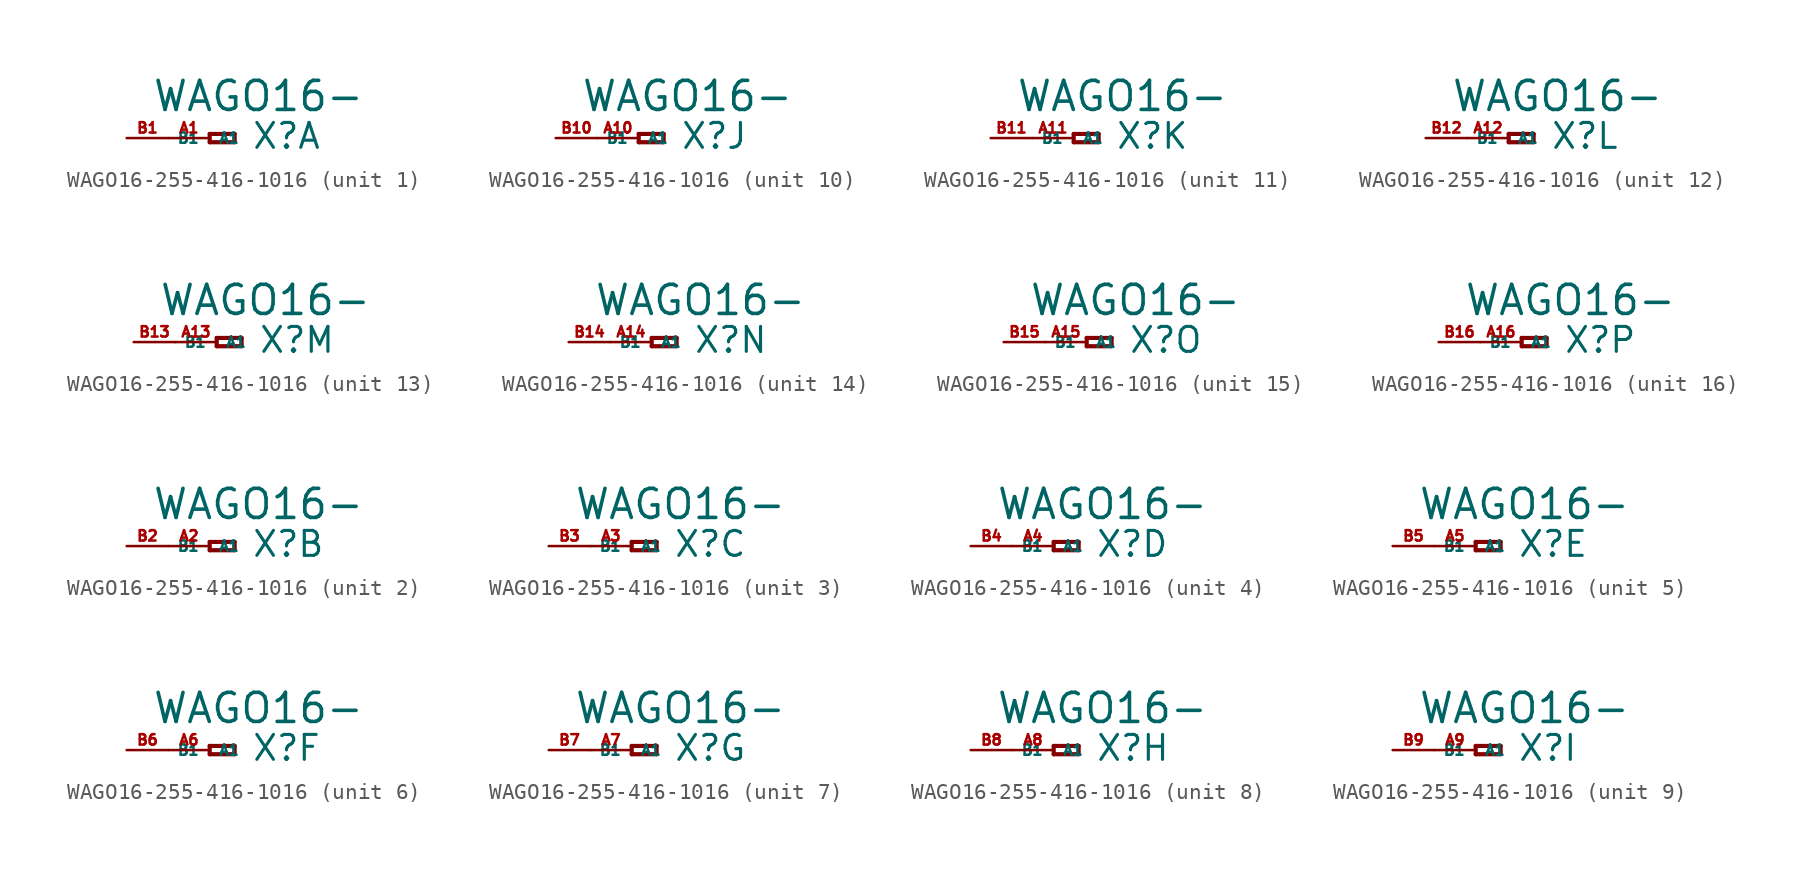
<source format=kicad_sym>
(kicad_symbol_lib
  (version 20220914)
  (generator Eagle2Kicad)
  (symbol "WAGO16-255-416-1016"
    (property "Reference" "X"
      (at 2.54 -0.762 0)
      (effects (font (size 1.524 1.524) (thickness 0.19)) (justify left bottom)))
    (property "Value" "WAGO16-"
      (at -3.556 1.524 0)
      (effects (font (size 1.778 1.778) (thickness 0.22)) (justify left bottom)))
    (symbol "WAGO16-255-416-1016_1_0"
      (polyline (pts (xy 0 0.254) (xy 0 -0.254)) (stroke (width 0.254) (type default)) (fill (type none)))
      (polyline (pts (xy 0 -0.254) (xy 1.524 -0.254)) (stroke (width 0.254) (type default)) (fill (type none)))
      (polyline (pts (xy 1.524 -0.254) (xy 1.524 0.254)) (stroke (width 0.254) (type default)) (fill (type none)))
      (polyline (pts (xy 1.524 0.254) (xy 0 0.254)) (stroke (width 0.254) (type default)) (fill (type none)))
      (pin passive line (at -2.54 0 0) (length 2.54) (name "A1" (effects (font (size 0.635 0.635) (thickness 0.08)) (justify left bottom))) (number "A1" (effects (font (size 0.635 0.635) (thickness 0.08)) (justify left bottom))))
      (pin passive line (at -5.08 0 0) (length 2.54) (name "B1" (effects (font (size 0.635 0.635) (thickness 0.08)) (justify left bottom))) (number "B1" (effects (font (size 0.635 0.635) (thickness 0.08)) (justify left bottom)))))
    (symbol "WAGO16-255-416-1016_2_0"
      (polyline (pts (xy 0 0.254) (xy 0 -0.254)) (stroke (width 0.254) (type default)) (fill (type none)))
      (polyline (pts (xy 0 -0.254) (xy 1.524 -0.254)) (stroke (width 0.254) (type default)) (fill (type none)))
      (polyline (pts (xy 1.524 -0.254) (xy 1.524 0.254)) (stroke (width 0.254) (type default)) (fill (type none)))
      (polyline (pts (xy 1.524 0.254) (xy 0 0.254)) (stroke (width 0.254) (type default)) (fill (type none)))
      (pin passive line (at -2.54 0 0) (length 2.54) (name "A1" (effects (font (size 0.635 0.635) (thickness 0.08)) (justify left bottom))) (number "A2" (effects (font (size 0.635 0.635) (thickness 0.08)) (justify left bottom))))
      (pin passive line (at -5.08 0 0) (length 2.54) (name "B1" (effects (font (size 0.635 0.635) (thickness 0.08)) (justify left bottom))) (number "B2" (effects (font (size 0.635 0.635) (thickness 0.08)) (justify left bottom)))))
    (symbol "WAGO16-255-416-1016_3_0"
      (polyline (pts (xy 0 0.254) (xy 0 -0.254)) (stroke (width 0.254) (type default)) (fill (type none)))
      (polyline (pts (xy 0 -0.254) (xy 1.524 -0.254)) (stroke (width 0.254) (type default)) (fill (type none)))
      (polyline (pts (xy 1.524 -0.254) (xy 1.524 0.254)) (stroke (width 0.254) (type default)) (fill (type none)))
      (polyline (pts (xy 1.524 0.254) (xy 0 0.254)) (stroke (width 0.254) (type default)) (fill (type none)))
      (pin passive line (at -2.54 0 0) (length 2.54) (name "A1" (effects (font (size 0.635 0.635) (thickness 0.08)) (justify left bottom))) (number "A3" (effects (font (size 0.635 0.635) (thickness 0.08)) (justify left bottom))))
      (pin passive line (at -5.08 0 0) (length 2.54) (name "B1" (effects (font (size 0.635 0.635) (thickness 0.08)) (justify left bottom))) (number "B3" (effects (font (size 0.635 0.635) (thickness 0.08)) (justify left bottom)))))
    (symbol "WAGO16-255-416-1016_4_0"
      (polyline (pts (xy 0 0.254) (xy 0 -0.254)) (stroke (width 0.254) (type default)) (fill (type none)))
      (polyline (pts (xy 0 -0.254) (xy 1.524 -0.254)) (stroke (width 0.254) (type default)) (fill (type none)))
      (polyline (pts (xy 1.524 -0.254) (xy 1.524 0.254)) (stroke (width 0.254) (type default)) (fill (type none)))
      (polyline (pts (xy 1.524 0.254) (xy 0 0.254)) (stroke (width 0.254) (type default)) (fill (type none)))
      (pin passive line (at -2.54 0 0) (length 2.54) (name "A1" (effects (font (size 0.635 0.635) (thickness 0.08)) (justify left bottom))) (number "A4" (effects (font (size 0.635 0.635) (thickness 0.08)) (justify left bottom))))
      (pin passive line (at -5.08 0 0) (length 2.54) (name "B1" (effects (font (size 0.635 0.635) (thickness 0.08)) (justify left bottom))) (number "B4" (effects (font (size 0.635 0.635) (thickness 0.08)) (justify left bottom)))))
    (symbol "WAGO16-255-416-1016_5_0"
      (polyline (pts (xy 0 0.254) (xy 0 -0.254)) (stroke (width 0.254) (type default)) (fill (type none)))
      (polyline (pts (xy 0 -0.254) (xy 1.524 -0.254)) (stroke (width 0.254) (type default)) (fill (type none)))
      (polyline (pts (xy 1.524 -0.254) (xy 1.524 0.254)) (stroke (width 0.254) (type default)) (fill (type none)))
      (polyline (pts (xy 1.524 0.254) (xy 0 0.254)) (stroke (width 0.254) (type default)) (fill (type none)))
      (pin passive line (at -2.54 0 0) (length 2.54) (name "A1" (effects (font (size 0.635 0.635) (thickness 0.08)) (justify left bottom))) (number "A5" (effects (font (size 0.635 0.635) (thickness 0.08)) (justify left bottom))))
      (pin passive line (at -5.08 0 0) (length 2.54) (name "B1" (effects (font (size 0.635 0.635) (thickness 0.08)) (justify left bottom))) (number "B5" (effects (font (size 0.635 0.635) (thickness 0.08)) (justify left bottom)))))
    (symbol "WAGO16-255-416-1016_6_0"
      (polyline (pts (xy 0 0.254) (xy 0 -0.254)) (stroke (width 0.254) (type default)) (fill (type none)))
      (polyline (pts (xy 0 -0.254) (xy 1.524 -0.254)) (stroke (width 0.254) (type default)) (fill (type none)))
      (polyline (pts (xy 1.524 -0.254) (xy 1.524 0.254)) (stroke (width 0.254) (type default)) (fill (type none)))
      (polyline (pts (xy 1.524 0.254) (xy 0 0.254)) (stroke (width 0.254) (type default)) (fill (type none)))
      (pin passive line (at -2.54 0 0) (length 2.54) (name "A1" (effects (font (size 0.635 0.635) (thickness 0.08)) (justify left bottom))) (number "A6" (effects (font (size 0.635 0.635) (thickness 0.08)) (justify left bottom))))
      (pin passive line (at -5.08 0 0) (length 2.54) (name "B1" (effects (font (size 0.635 0.635) (thickness 0.08)) (justify left bottom))) (number "B6" (effects (font (size 0.635 0.635) (thickness 0.08)) (justify left bottom)))))
    (symbol "WAGO16-255-416-1016_7_0"
      (polyline (pts (xy 0 0.254) (xy 0 -0.254)) (stroke (width 0.254) (type default)) (fill (type none)))
      (polyline (pts (xy 0 -0.254) (xy 1.524 -0.254)) (stroke (width 0.254) (type default)) (fill (type none)))
      (polyline (pts (xy 1.524 -0.254) (xy 1.524 0.254)) (stroke (width 0.254) (type default)) (fill (type none)))
      (polyline (pts (xy 1.524 0.254) (xy 0 0.254)) (stroke (width 0.254) (type default)) (fill (type none)))
      (pin passive line (at -2.54 0 0) (length 2.54) (name "A1" (effects (font (size 0.635 0.635) (thickness 0.08)) (justify left bottom))) (number "A7" (effects (font (size 0.635 0.635) (thickness 0.08)) (justify left bottom))))
      (pin passive line (at -5.08 0 0) (length 2.54) (name "B1" (effects (font (size 0.635 0.635) (thickness 0.08)) (justify left bottom))) (number "B7" (effects (font (size 0.635 0.635) (thickness 0.08)) (justify left bottom)))))
    (symbol "WAGO16-255-416-1016_8_0"
      (polyline (pts (xy 0 0.254) (xy 0 -0.254)) (stroke (width 0.254) (type default)) (fill (type none)))
      (polyline (pts (xy 0 -0.254) (xy 1.524 -0.254)) (stroke (width 0.254) (type default)) (fill (type none)))
      (polyline (pts (xy 1.524 -0.254) (xy 1.524 0.254)) (stroke (width 0.254) (type default)) (fill (type none)))
      (polyline (pts (xy 1.524 0.254) (xy 0 0.254)) (stroke (width 0.254) (type default)) (fill (type none)))
      (pin passive line (at -2.54 0 0) (length 2.54) (name "A1" (effects (font (size 0.635 0.635) (thickness 0.08)) (justify left bottom))) (number "A8" (effects (font (size 0.635 0.635) (thickness 0.08)) (justify left bottom))))
      (pin passive line (at -5.08 0 0) (length 2.54) (name "B1" (effects (font (size 0.635 0.635) (thickness 0.08)) (justify left bottom))) (number "B8" (effects (font (size 0.635 0.635) (thickness 0.08)) (justify left bottom)))))
    (symbol "WAGO16-255-416-1016_9_0"
      (polyline (pts (xy 0 0.254) (xy 0 -0.254)) (stroke (width 0.254) (type default)) (fill (type none)))
      (polyline (pts (xy 0 -0.254) (xy 1.524 -0.254)) (stroke (width 0.254) (type default)) (fill (type none)))
      (polyline (pts (xy 1.524 -0.254) (xy 1.524 0.254)) (stroke (width 0.254) (type default)) (fill (type none)))
      (polyline (pts (xy 1.524 0.254) (xy 0 0.254)) (stroke (width 0.254) (type default)) (fill (type none)))
      (pin passive line (at -2.54 0 0) (length 2.54) (name "A1" (effects (font (size 0.635 0.635) (thickness 0.08)) (justify left bottom))) (number "A9" (effects (font (size 0.635 0.635) (thickness 0.08)) (justify left bottom))))
      (pin passive line (at -5.08 0 0) (length 2.54) (name "B1" (effects (font (size 0.635 0.635) (thickness 0.08)) (justify left bottom))) (number "B9" (effects (font (size 0.635 0.635) (thickness 0.08)) (justify left bottom)))))
    (symbol "WAGO16-255-416-1016_10_0"
      (polyline (pts (xy 0 0.254) (xy 0 -0.254)) (stroke (width 0.254) (type default)) (fill (type none)))
      (polyline (pts (xy 0 -0.254) (xy 1.524 -0.254)) (stroke (width 0.254) (type default)) (fill (type none)))
      (polyline (pts (xy 1.524 -0.254) (xy 1.524 0.254)) (stroke (width 0.254) (type default)) (fill (type none)))
      (polyline (pts (xy 1.524 0.254) (xy 0 0.254)) (stroke (width 0.254) (type default)) (fill (type none)))
      (pin passive line (at -2.54 0 0) (length 2.54) (name "A1" (effects (font (size 0.635 0.635) (thickness 0.08)) (justify left bottom))) (number "A10" (effects (font (size 0.635 0.635) (thickness 0.08)) (justify left bottom))))
      (pin passive line (at -5.08 0 0) (length 2.54) (name "B1" (effects (font (size 0.635 0.635) (thickness 0.08)) (justify left bottom))) (number "B10" (effects (font (size 0.635 0.635) (thickness 0.08)) (justify left bottom)))))
    (symbol "WAGO16-255-416-1016_11_0"
      (polyline (pts (xy 0 0.254) (xy 0 -0.254)) (stroke (width 0.254) (type default)) (fill (type none)))
      (polyline (pts (xy 0 -0.254) (xy 1.524 -0.254)) (stroke (width 0.254) (type default)) (fill (type none)))
      (polyline (pts (xy 1.524 -0.254) (xy 1.524 0.254)) (stroke (width 0.254) (type default)) (fill (type none)))
      (polyline (pts (xy 1.524 0.254) (xy 0 0.254)) (stroke (width 0.254) (type default)) (fill (type none)))
      (pin passive line (at -2.54 0 0) (length 2.54) (name "A1" (effects (font (size 0.635 0.635) (thickness 0.08)) (justify left bottom))) (number "A11" (effects (font (size 0.635 0.635) (thickness 0.08)) (justify left bottom))))
      (pin passive line (at -5.08 0 0) (length 2.54) (name "B1" (effects (font (size 0.635 0.635) (thickness 0.08)) (justify left bottom))) (number "B11" (effects (font (size 0.635 0.635) (thickness 0.08)) (justify left bottom)))))
    (symbol "WAGO16-255-416-1016_12_0"
      (polyline (pts (xy 0 0.254) (xy 0 -0.254)) (stroke (width 0.254) (type default)) (fill (type none)))
      (polyline (pts (xy 0 -0.254) (xy 1.524 -0.254)) (stroke (width 0.254) (type default)) (fill (type none)))
      (polyline (pts (xy 1.524 -0.254) (xy 1.524 0.254)) (stroke (width 0.254) (type default)) (fill (type none)))
      (polyline (pts (xy 1.524 0.254) (xy 0 0.254)) (stroke (width 0.254) (type default)) (fill (type none)))
      (pin passive line (at -2.54 0 0) (length 2.54) (name "A1" (effects (font (size 0.635 0.635) (thickness 0.08)) (justify left bottom))) (number "A12" (effects (font (size 0.635 0.635) (thickness 0.08)) (justify left bottom))))
      (pin passive line (at -5.08 0 0) (length 2.54) (name "B1" (effects (font (size 0.635 0.635) (thickness 0.08)) (justify left bottom))) (number "B12" (effects (font (size 0.635 0.635) (thickness 0.08)) (justify left bottom)))))
    (symbol "WAGO16-255-416-1016_13_0"
      (polyline (pts (xy 0 0.254) (xy 0 -0.254)) (stroke (width 0.254) (type default)) (fill (type none)))
      (polyline (pts (xy 0 -0.254) (xy 1.524 -0.254)) (stroke (width 0.254) (type default)) (fill (type none)))
      (polyline (pts (xy 1.524 -0.254) (xy 1.524 0.254)) (stroke (width 0.254) (type default)) (fill (type none)))
      (polyline (pts (xy 1.524 0.254) (xy 0 0.254)) (stroke (width 0.254) (type default)) (fill (type none)))
      (pin passive line (at -2.54 0 0) (length 2.54) (name "A1" (effects (font (size 0.635 0.635) (thickness 0.08)) (justify left bottom))) (number "A13" (effects (font (size 0.635 0.635) (thickness 0.08)) (justify left bottom))))
      (pin passive line (at -5.08 0 0) (length 2.54) (name "B1" (effects (font (size 0.635 0.635) (thickness 0.08)) (justify left bottom))) (number "B13" (effects (font (size 0.635 0.635) (thickness 0.08)) (justify left bottom)))))
    (symbol "WAGO16-255-416-1016_14_0"
      (polyline (pts (xy 0 0.254) (xy 0 -0.254)) (stroke (width 0.254) (type default)) (fill (type none)))
      (polyline (pts (xy 0 -0.254) (xy 1.524 -0.254)) (stroke (width 0.254) (type default)) (fill (type none)))
      (polyline (pts (xy 1.524 -0.254) (xy 1.524 0.254)) (stroke (width 0.254) (type default)) (fill (type none)))
      (polyline (pts (xy 1.524 0.254) (xy 0 0.254)) (stroke (width 0.254) (type default)) (fill (type none)))
      (pin passive line (at -2.54 0 0) (length 2.54) (name "A1" (effects (font (size 0.635 0.635) (thickness 0.08)) (justify left bottom))) (number "A14" (effects (font (size 0.635 0.635) (thickness 0.08)) (justify left bottom))))
      (pin passive line (at -5.08 0 0) (length 2.54) (name "B1" (effects (font (size 0.635 0.635) (thickness 0.08)) (justify left bottom))) (number "B14" (effects (font (size 0.635 0.635) (thickness 0.08)) (justify left bottom)))))
    (symbol "WAGO16-255-416-1016_15_0"
      (polyline (pts (xy 0 0.254) (xy 0 -0.254)) (stroke (width 0.254) (type default)) (fill (type none)))
      (polyline (pts (xy 0 -0.254) (xy 1.524 -0.254)) (stroke (width 0.254) (type default)) (fill (type none)))
      (polyline (pts (xy 1.524 -0.254) (xy 1.524 0.254)) (stroke (width 0.254) (type default)) (fill (type none)))
      (polyline (pts (xy 1.524 0.254) (xy 0 0.254)) (stroke (width 0.254) (type default)) (fill (type none)))
      (pin passive line (at -2.54 0 0) (length 2.54) (name "A1" (effects (font (size 0.635 0.635) (thickness 0.08)) (justify left bottom))) (number "A15" (effects (font (size 0.635 0.635) (thickness 0.08)) (justify left bottom))))
      (pin passive line (at -5.08 0 0) (length 2.54) (name "B1" (effects (font (size 0.635 0.635) (thickness 0.08)) (justify left bottom))) (number "B15" (effects (font (size 0.635 0.635) (thickness 0.08)) (justify left bottom)))))
    (symbol "WAGO16-255-416-1016_16_0"
      (polyline (pts (xy 0 0.254) (xy 0 -0.254)) (stroke (width 0.254) (type default)) (fill (type none)))
      (polyline (pts (xy 0 -0.254) (xy 1.524 -0.254)) (stroke (width 0.254) (type default)) (fill (type none)))
      (polyline (pts (xy 1.524 -0.254) (xy 1.524 0.254)) (stroke (width 0.254) (type default)) (fill (type none)))
      (polyline (pts (xy 1.524 0.254) (xy 0 0.254)) (stroke (width 0.254) (type default)) (fill (type none)))
      (pin passive line (at -2.54 0 0) (length 2.54) (name "A1" (effects (font (size 0.635 0.635) (thickness 0.08)) (justify left bottom))) (number "A16" (effects (font (size 0.635 0.635) (thickness 0.08)) (justify left bottom))))
      (pin passive line (at -5.08 0 0) (length 2.54) (name "B1" (effects (font (size 0.635 0.635) (thickness 0.08)) (justify left bottom))) (number "B16" (effects (font (size 0.635 0.635) (thickness 0.08)) (justify left bottom)))))))
</source>
